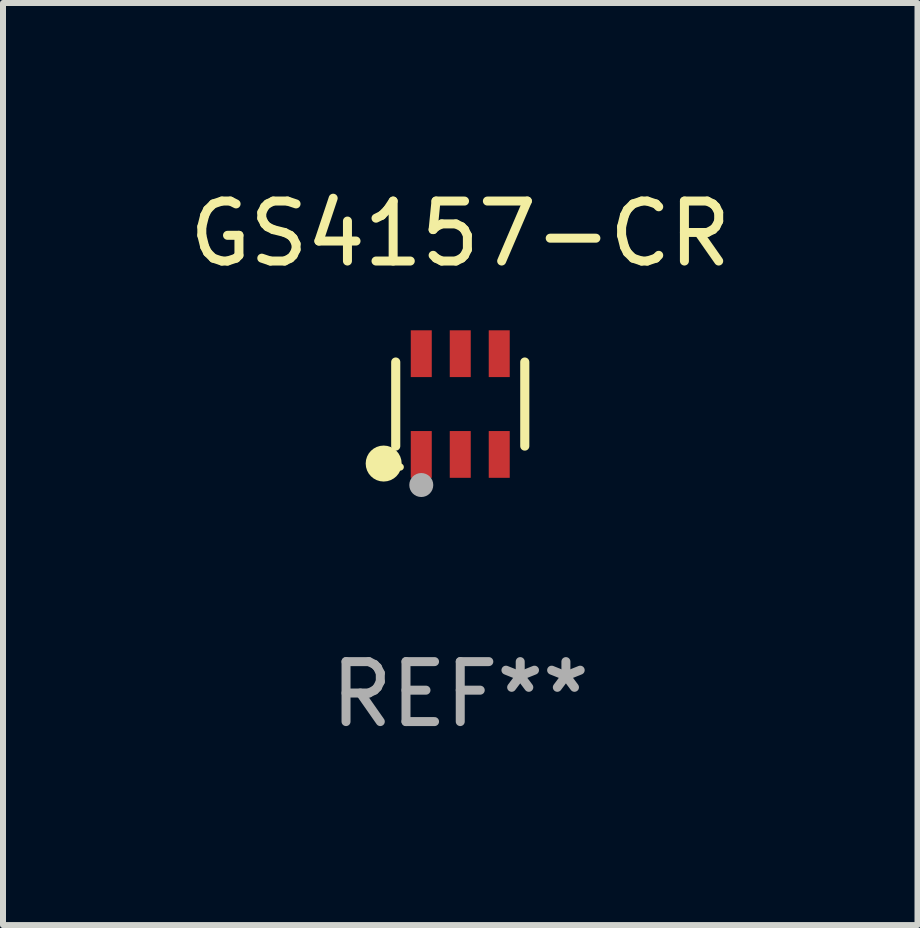
<source format=kicad_pcb>
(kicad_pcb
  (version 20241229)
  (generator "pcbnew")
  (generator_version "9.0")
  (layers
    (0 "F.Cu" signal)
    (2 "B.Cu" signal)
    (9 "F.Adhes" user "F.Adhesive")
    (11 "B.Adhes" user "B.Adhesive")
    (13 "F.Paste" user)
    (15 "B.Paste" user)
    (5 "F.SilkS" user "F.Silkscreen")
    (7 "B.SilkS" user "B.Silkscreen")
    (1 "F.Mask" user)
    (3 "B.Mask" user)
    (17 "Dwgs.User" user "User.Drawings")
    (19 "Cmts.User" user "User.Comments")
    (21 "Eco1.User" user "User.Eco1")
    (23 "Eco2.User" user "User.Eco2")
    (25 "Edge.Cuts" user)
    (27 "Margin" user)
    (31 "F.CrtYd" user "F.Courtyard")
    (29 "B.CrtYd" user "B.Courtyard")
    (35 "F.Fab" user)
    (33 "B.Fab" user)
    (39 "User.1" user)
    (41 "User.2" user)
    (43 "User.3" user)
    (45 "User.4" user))
  (footprint "GS4157-CR"
    (layer "F.Cu")
    (at 4.625 3.688)
    (property "Reference" "GS4157-CR" (at 0 -2.84 0) (layer "F.SilkS") (effects (font (size 1 1) (thickness 0.15))))
    (attr through_hole)
    (fp_line (start -1.076 0.701) (end -1.076 -0.701) (stroke (width 0.152) (type solid)) (layer "F.SilkS"))
    (fp_line (start 1.076 0.701) (end 1.076 -0.701) (stroke (width 0.152) (type solid)) (layer "F.SilkS"))
    (fp_circle (center -1.277 0.992) (end -1.127 0.992) (stroke (width 0.3) (type solid)) (fill no) (layer "F.SilkS"))
    (fp_circle (center -1 1.05) (end -0.97 1.05) (stroke (width 0.06) (type solid)) (fill no) (layer "F.SilkS"))
    (fp_circle (center -0.65 1.35) (end -0.55 1.35) (stroke (width 0.2) (type solid)) (fill no) (layer "F.Fab"))
    (fp_text user "REF**" (at 0 4.84 0) (layer "F.Fab") (effects (font (size 1 1) (thickness 0.15))))
    (pad "1" smd rect (at -0.65 0.84) (size 0.35 0.78) (layers "F.Cu" "F.Mask" "F.Paste"))
    (pad "2" smd rect (at 0 0.84) (size 0.35 0.78) (layers "F.Cu" "F.Mask" "F.Paste"))
    (pad "3" smd rect (at 0.65 0.84) (size 0.35 0.78) (layers "F.Cu" "F.Mask" "F.Paste"))
    (pad "4" smd rect (at 0.65 -0.84) (size 0.35 0.78) (layers "F.Cu" "F.Mask" "F.Paste"))
    (pad "5" smd rect (at 0 -0.84) (size 0.35 0.78) (layers "F.Cu" "F.Mask" "F.Paste"))
    (pad "6" smd rect (at -0.65 -0.84) (size 0.35 0.78) (layers "F.Cu" "F.Mask" "F.Paste")))
  (gr_rect
    (start -3 -3)
    (end 12.25 12.376)
    (stroke (width 0.1) (type default))
    (fill no)
    (layer "Edge.Cuts")))
</source>
